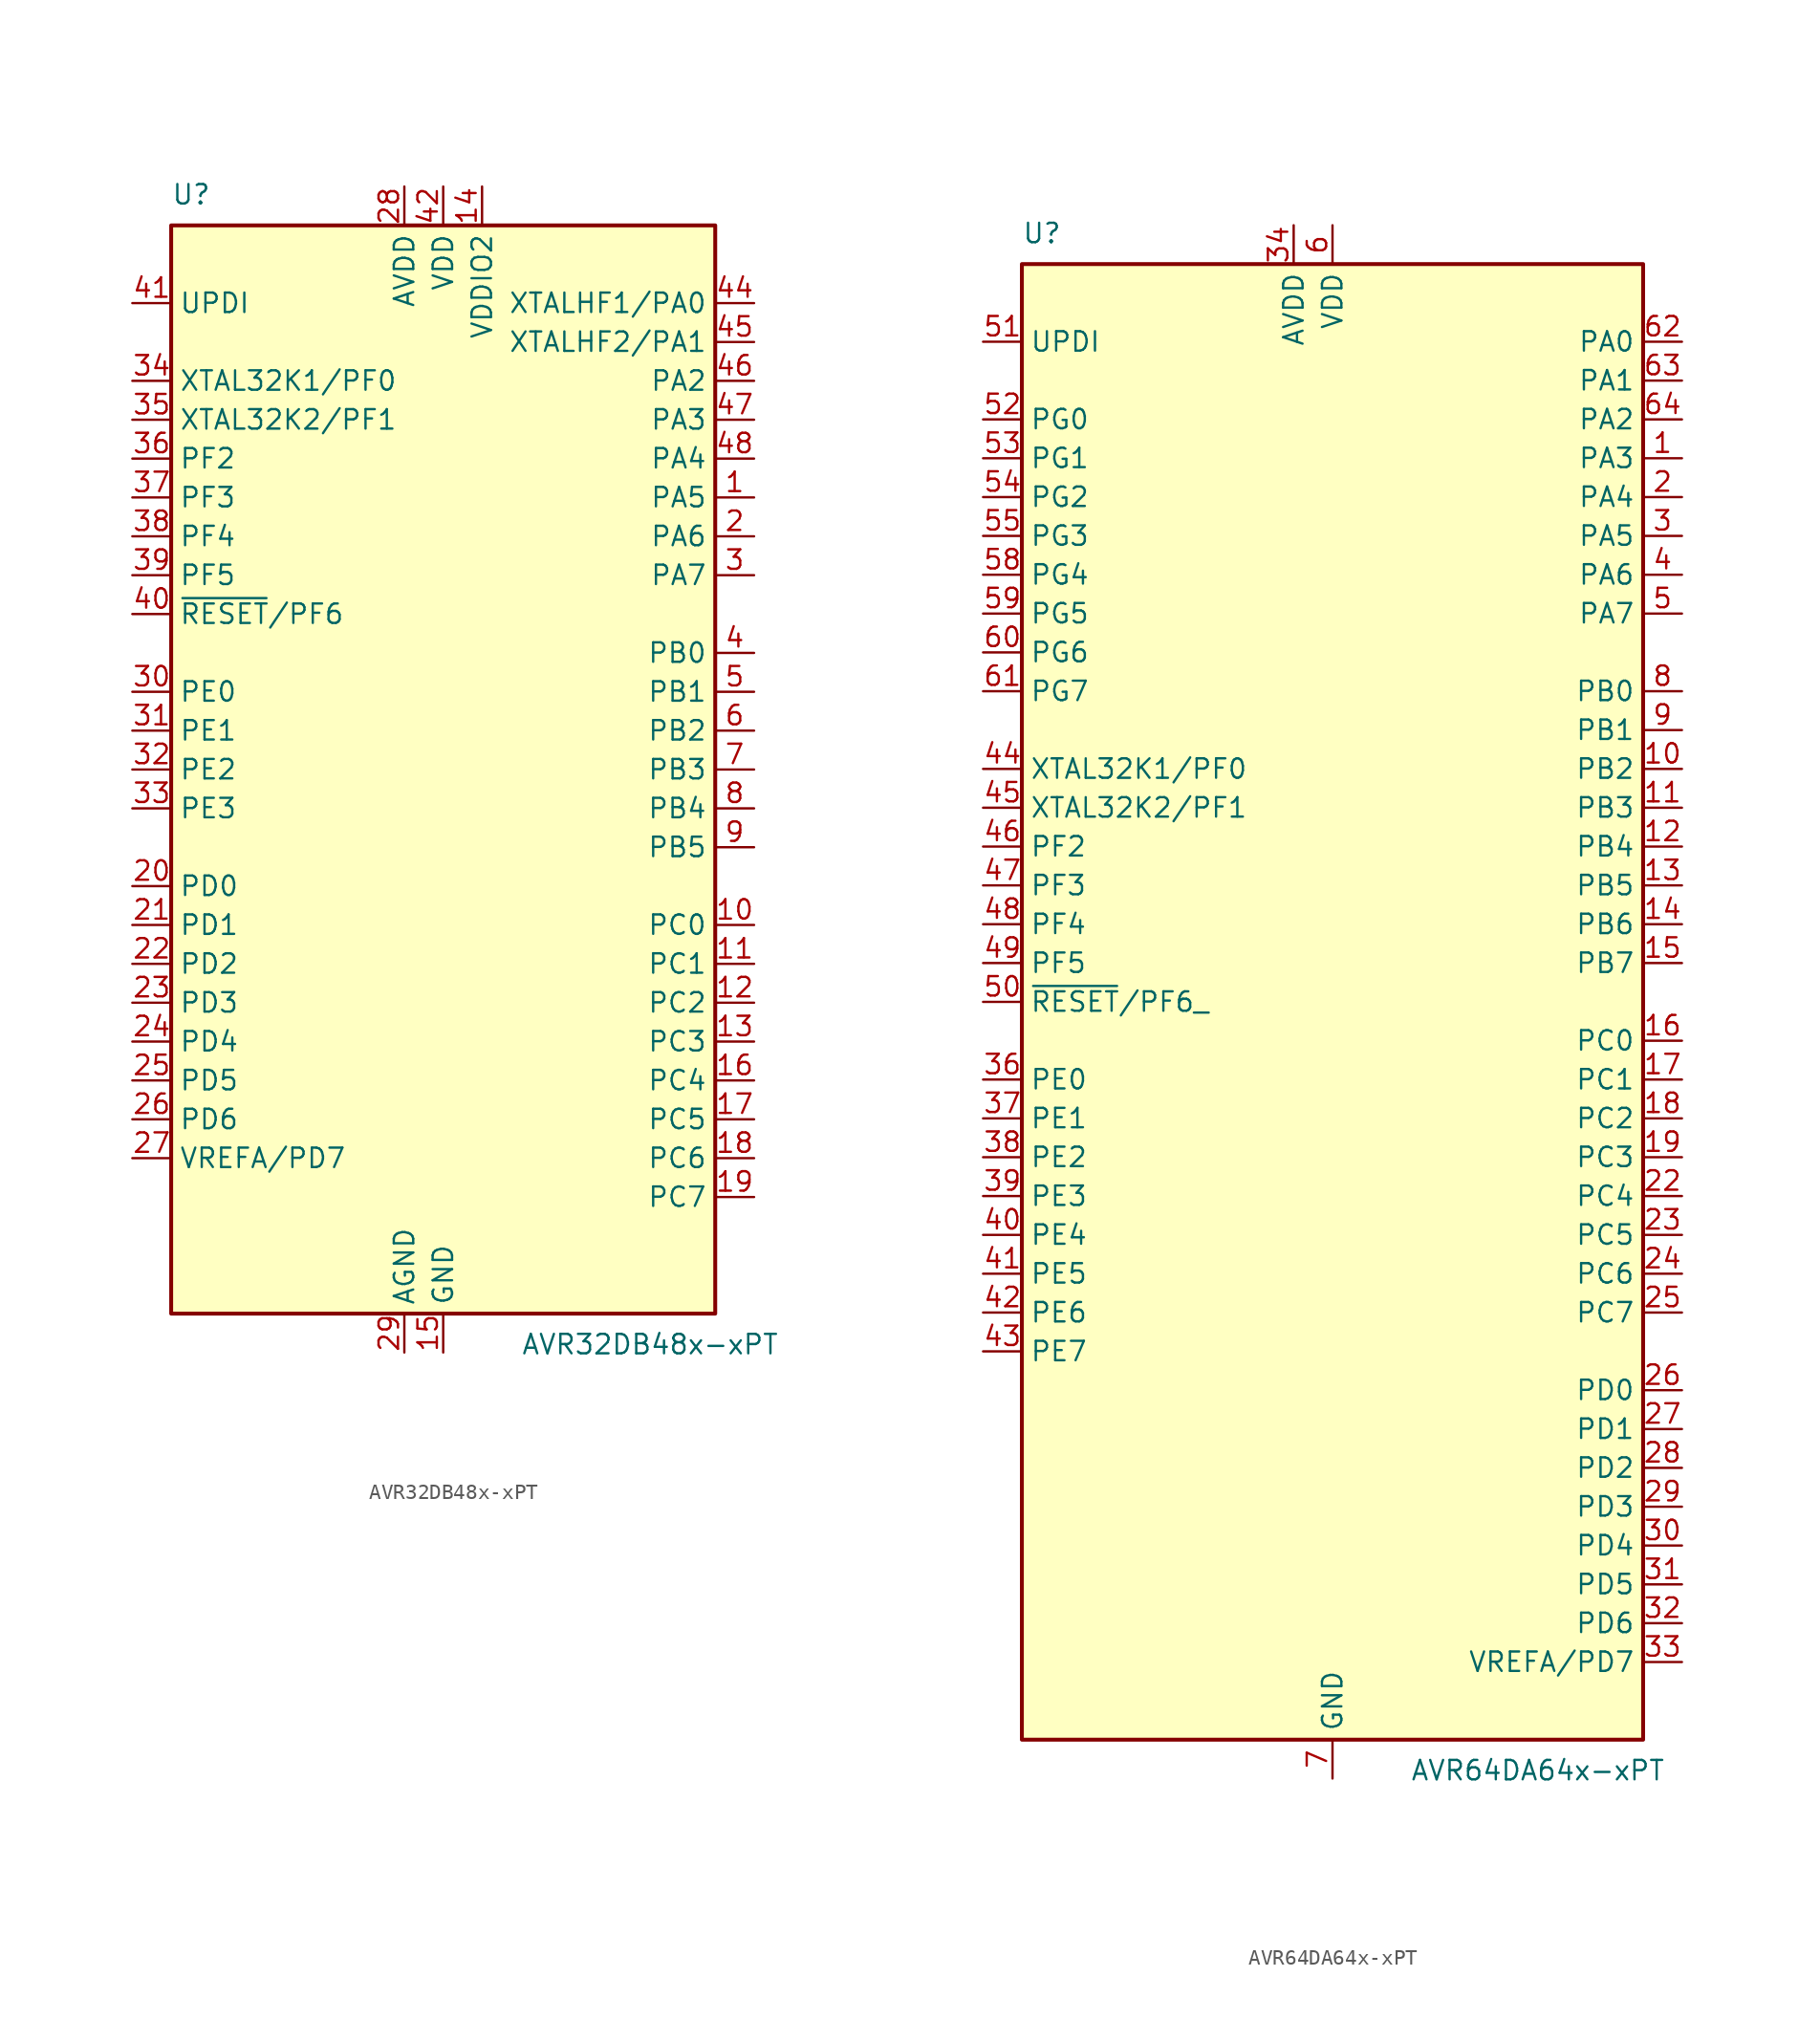
<source format=kicad_sym>
(kicad_symbol_lib
  (version 20211014)
  (generator kicad_symbol_editor)
  (symbol "AVR32DB48x-xPT"
    (property "Reference" "U"
      (at -17.78 36.83 0)
      (effects (font (size 1.27 1.27)) (justify left bottom)))
    (property "Value" "AVR32DB48x-xPT"
      (at 5.08 -36.83 0)
      (effects (font (size 1.27 1.27)) (justify left top)))
    (symbol "AVR32DB48x-xPT_0_1"
      (rectangle (start -17.78 35.56) (end 17.78 -35.56) (stroke (width 0.254) (type default) (color 0 0 0 0)) (fill (type background))))
    (symbol "AVR32DB48x-xPT_1_1"
      (pin bidirectional line (at 20.32 30.48 180) (length 2.54) (name "XTALHF1/PA0" (effects (font (size 1.27 1.27)))) (number "44" (effects (font (size 1.27 1.27)))))
      (pin bidirectional line (at 20.32 27.94 180) (length 2.54) (name "XTALHF2/PA1" (effects (font (size 1.27 1.27)))) (number "45" (effects (font (size 1.27 1.27)))))
      (pin bidirectional line (at 20.32 25.40 180) (length 2.54) (name "PA2" (effects (font (size 1.27 1.27)))) (number "46" (effects (font (size 1.27 1.27)))))
      (pin bidirectional line (at 20.32 22.86 180) (length 2.54) (name "PA3" (effects (font (size 1.27 1.27)))) (number "47" (effects (font (size 1.27 1.27)))))
      (pin bidirectional line (at 20.32 20.32 180) (length 2.54) (name "PA4" (effects (font (size 1.27 1.27)))) (number "48" (effects (font (size 1.27 1.27)))))
      (pin bidirectional line (at 20.32 17.78 180) (length 2.54) (name "PA5" (effects (font (size 1.27 1.27)))) (number "1" (effects (font (size 1.27 1.27)))))
      (pin bidirectional line (at 20.32 15.24 180) (length 2.54) (name "PA6" (effects (font (size 1.27 1.27)))) (number "2" (effects (font (size 1.27 1.27)))))
      (pin bidirectional line (at 20.32 12.70 180) (length 2.54) (name "PA7" (effects (font (size 1.27 1.27)))) (number "3" (effects (font (size 1.27 1.27)))))
      (pin bidirectional line (at 20.32 7.62 180) (length 2.54) (name "PB0" (effects (font (size 1.27 1.27)))) (number "4" (effects (font (size 1.27 1.27)))))
      (pin bidirectional line (at 20.32 5.08 180) (length 2.54) (name "PB1" (effects (font (size 1.27 1.27)))) (number "5" (effects (font (size 1.27 1.27)))))
      (pin bidirectional line (at 20.32 2.54 180) (length 2.54) (name "PB2" (effects (font (size 1.27 1.27)))) (number "6" (effects (font (size 1.27 1.27)))))
      (pin bidirectional line (at 20.32 0.00 180) (length 2.54) (name "PB3" (effects (font (size 1.27 1.27)))) (number "7" (effects (font (size 1.27 1.27)))))
      (pin bidirectional line (at 20.32 -2.54 180) (length 2.54) (name "PB4" (effects (font (size 1.27 1.27)))) (number "8" (effects (font (size 1.27 1.27)))))
      (pin bidirectional line (at 20.32 -5.08 180) (length 2.54) (name "PB5" (effects (font (size 1.27 1.27)))) (number "9" (effects (font (size 1.27 1.27)))))
      (pin bidirectional line (at 20.32 -10.16 180) (length 2.54) (name "PC0" (effects (font (size 1.27 1.27)))) (number "10" (effects (font (size 1.27 1.27)))))
      (pin bidirectional line (at 20.32 -12.70 180) (length 2.54) (name "PC1" (effects (font (size 1.27 1.27)))) (number "11" (effects (font (size 1.27 1.27)))))
      (pin bidirectional line (at 20.32 -15.24 180) (length 2.54) (name "PC2" (effects (font (size 1.27 1.27)))) (number "12" (effects (font (size 1.27 1.27)))))
      (pin bidirectional line (at 20.32 -17.78 180) (length 2.54) (name "PC3" (effects (font (size 1.27 1.27)))) (number "13" (effects (font (size 1.27 1.27)))))
      (pin bidirectional line (at 20.32 -20.32 180) (length 2.54) (name "PC4" (effects (font (size 1.27 1.27)))) (number "16" (effects (font (size 1.27 1.27)))))
      (pin bidirectional line (at 20.32 -22.86 180) (length 2.54) (name "PC5" (effects (font (size 1.27 1.27)))) (number "17" (effects (font (size 1.27 1.27)))))
      (pin bidirectional line (at 20.32 -25.40 180) (length 2.54) (name "PC6" (effects (font (size 1.27 1.27)))) (number "18" (effects (font (size 1.27 1.27)))))
      (pin bidirectional line (at 20.32 -27.94 180) (length 2.54) (name "PC7" (effects (font (size 1.27 1.27)))) (number "19" (effects (font (size 1.27 1.27)))))
      (pin input line (at -20.32 30.48 0) (length 2.54) (name "UPDI" (effects (font (size 1.27 1.27)))) (number "41" (effects (font (size 1.27 1.27)))))
      (pin bidirectional line (at -20.32 25.40 0) (length 2.54) (name "XTAL32K1/PF0" (effects (font (size 1.27 1.27)))) (number "34" (effects (font (size 1.27 1.27)))))
      (pin bidirectional line (at -20.32 22.86 0) (length 2.54) (name "XTAL32K2/PF1" (effects (font (size 1.27 1.27)))) (number "35" (effects (font (size 1.27 1.27)))))
      (pin bidirectional line (at -20.32 20.32 0) (length 2.54) (name "PF2" (effects (font (size 1.27 1.27)))) (number "36" (effects (font (size 1.27 1.27)))))
      (pin bidirectional line (at -20.32 17.78 0) (length 2.54) (name "PF3" (effects (font (size 1.27 1.27)))) (number "37" (effects (font (size 1.27 1.27)))))
      (pin bidirectional line (at -20.32 15.24 0) (length 2.54) (name "PF4" (effects (font (size 1.27 1.27)))) (number "38" (effects (font (size 1.27 1.27)))))
      (pin bidirectional line (at -20.32 12.70 0) (length 2.54) (name "PF5" (effects (font (size 1.27 1.27)))) (number "39" (effects (font (size 1.27 1.27)))))
      (pin bidirectional line (at -20.32 10.16 0) (length 2.54) (name "~{RESET}/PF6" (effects (font (size 1.27 1.27)))) (number "40" (effects (font (size 1.27 1.27)))))
      (pin bidirectional line (at -20.32 5.08 0) (length 2.54) (name "PE0" (effects (font (size 1.27 1.27)))) (number "30" (effects (font (size 1.27 1.27)))))
      (pin bidirectional line (at -20.32 2.54 0) (length 2.54) (name "PE1" (effects (font (size 1.27 1.27)))) (number "31" (effects (font (size 1.27 1.27)))))
      (pin bidirectional line (at -20.32 0.00 0) (length 2.54) (name "PE2" (effects (font (size 1.27 1.27)))) (number "32" (effects (font (size 1.27 1.27)))))
      (pin bidirectional line (at -20.32 -2.54 0) (length 2.54) (name "PE3" (effects (font (size 1.27 1.27)))) (number "33" (effects (font (size 1.27 1.27)))))
      (pin bidirectional line (at -20.32 -7.62 0) (length 2.54) (name "PD0" (effects (font (size 1.27 1.27)))) (number "20" (effects (font (size 1.27 1.27)))))
      (pin bidirectional line (at -20.32 -10.16 0) (length 2.54) (name "PD1" (effects (font (size 1.27 1.27)))) (number "21" (effects (font (size 1.27 1.27)))))
      (pin bidirectional line (at -20.32 -12.70 0) (length 2.54) (name "PD2" (effects (font (size 1.27 1.27)))) (number "22" (effects (font (size 1.27 1.27)))))
      (pin bidirectional line (at -20.32 -15.24 0) (length 2.54) (name "PD3" (effects (font (size 1.27 1.27)))) (number "23" (effects (font (size 1.27 1.27)))))
      (pin bidirectional line (at -20.32 -17.78 0) (length 2.54) (name "PD4" (effects (font (size 1.27 1.27)))) (number "24" (effects (font (size 1.27 1.27)))))
      (pin bidirectional line (at -20.32 -20.32 0) (length 2.54) (name "PD5" (effects (font (size 1.27 1.27)))) (number "25" (effects (font (size 1.27 1.27)))))
      (pin bidirectional line (at -20.32 -22.86 0) (length 2.54) (name "PD6" (effects (font (size 1.27 1.27)))) (number "26" (effects (font (size 1.27 1.27)))))
      (pin bidirectional line (at -20.32 -25.40 0) (length 2.54) (name "VREFA/PD7" (effects (font (size 1.27 1.27)))) (number "27" (effects (font (size 1.27 1.27)))))
      (pin power_in line (at -2.54 38.10 270) (length 2.54) (name "AVDD" (effects (font (size 1.27 1.27)))) (number "28" (effects (font (size 1.27 1.27)))))
      (pin power_in line (at 0.00 38.10 270) (length 2.54) (name "VDD" (effects (font (size 1.27 1.27)))) (number "42" (effects (font (size 1.27 1.27)))))
      (pin power_in line (at 2.54 38.10 270) (length 2.54) (name "VDDIO2" (effects (font (size 1.27 1.27)))) (number "14" (effects (font (size 1.27 1.27)))))
      (pin power_in line (at -2.54 -38.10 90) (length 2.54) (name "AGND" (effects (font (size 1.27 1.27)))) (number "29" (effects (font (size 1.27 1.27)))))
      (pin power_in line (at 0.00 -38.10 90) (length 2.54) (name "GND" (effects (font (size 1.27 1.27)))) (number "15" (effects (font (size 1.27 1.27)))))
      (pin passive line (at 0.00 -38.10 90) (length 2.54) hide (name "GND" (effects (font (size 1.27 1.27)))) (number "43" (effects (font (size 1.27 1.27)))))))
  (symbol "AVR64DA64x-xPT"
    (property "Reference" "U"
      (at -20.32 49.53 0)
      (effects (font (size 1.27 1.27)) (justify left bottom)))
    (property "Value" "AVR64DA64x-xPT"
      (at 5.08 -49.53 0)
      (effects (font (size 1.27 1.27)) (justify left top)))
    (symbol "AVR64DA64x-xPT_0_1"
      (rectangle (start -20.32 48.26) (end 20.32 -48.26) (stroke (width 0.254) (type default) (color 0 0 0 0)) (fill (type background))))
    (symbol "AVR64DA64x-xPT_1_1"
      (pin bidirectional line (at 22.86 43.18 180) (length 2.54) (name "PA0" (effects (font (size 1.27 1.27)))) (number "62" (effects (font (size 1.27 1.27)))))
      (pin bidirectional line (at 22.86 40.64 180) (length 2.54) (name "PA1" (effects (font (size 1.27 1.27)))) (number "63" (effects (font (size 1.27 1.27)))))
      (pin bidirectional line (at 22.86 38.10 180) (length 2.54) (name "PA2" (effects (font (size 1.27 1.27)))) (number "64" (effects (font (size 1.27 1.27)))))
      (pin bidirectional line (at 22.86 35.56 180) (length 2.54) (name "PA3" (effects (font (size 1.27 1.27)))) (number "1" (effects (font (size 1.27 1.27)))))
      (pin bidirectional line (at 22.86 33.02 180) (length 2.54) (name "PA4" (effects (font (size 1.27 1.27)))) (number "2" (effects (font (size 1.27 1.27)))))
      (pin bidirectional line (at 22.86 30.48 180) (length 2.54) (name "PA5" (effects (font (size 1.27 1.27)))) (number "3" (effects (font (size 1.27 1.27)))))
      (pin bidirectional line (at 22.86 27.94 180) (length 2.54) (name "PA6" (effects (font (size 1.27 1.27)))) (number "4" (effects (font (size 1.27 1.27)))))
      (pin bidirectional line (at 22.86 25.40 180) (length 2.54) (name "PA7" (effects (font (size 1.27 1.27)))) (number "5" (effects (font (size 1.27 1.27)))))
      (pin bidirectional line (at 22.86 20.32 180) (length 2.54) (name "PB0" (effects (font (size 1.27 1.27)))) (number "8" (effects (font (size 1.27 1.27)))))
      (pin bidirectional line (at 22.86 17.78 180) (length 2.54) (name "PB1" (effects (font (size 1.27 1.27)))) (number "9" (effects (font (size 1.27 1.27)))))
      (pin bidirectional line (at 22.86 15.24 180) (length 2.54) (name "PB2" (effects (font (size 1.27 1.27)))) (number "10" (effects (font (size 1.27 1.27)))))
      (pin bidirectional line (at 22.86 12.70 180) (length 2.54) (name "PB3" (effects (font (size 1.27 1.27)))) (number "11" (effects (font (size 1.27 1.27)))))
      (pin bidirectional line (at 22.86 10.16 180) (length 2.54) (name "PB4" (effects (font (size 1.27 1.27)))) (number "12" (effects (font (size 1.27 1.27)))))
      (pin bidirectional line (at 22.86 7.62 180) (length 2.54) (name "PB5" (effects (font (size 1.27 1.27)))) (number "13" (effects (font (size 1.27 1.27)))))
      (pin bidirectional line (at 22.86 5.08 180) (length 2.54) (name "PB6" (effects (font (size 1.27 1.27)))) (number "14" (effects (font (size 1.27 1.27)))))
      (pin bidirectional line (at 22.86 2.54 180) (length 2.54) (name "PB7" (effects (font (size 1.27 1.27)))) (number "15" (effects (font (size 1.27 1.27)))))
      (pin bidirectional line (at 22.86 -2.54 180) (length 2.54) (name "PC0" (effects (font (size 1.27 1.27)))) (number "16" (effects (font (size 1.27 1.27)))))
      (pin bidirectional line (at 22.86 -5.08 180) (length 2.54) (name "PC1" (effects (font (size 1.27 1.27)))) (number "17" (effects (font (size 1.27 1.27)))))
      (pin bidirectional line (at 22.86 -7.62 180) (length 2.54) (name "PC2" (effects (font (size 1.27 1.27)))) (number "18" (effects (font (size 1.27 1.27)))))
      (pin bidirectional line (at 22.86 -10.16 180) (length 2.54) (name "PC3" (effects (font (size 1.27 1.27)))) (number "19" (effects (font (size 1.27 1.27)))))
      (pin bidirectional line (at 22.86 -12.70 180) (length 2.54) (name "PC4" (effects (font (size 1.27 1.27)))) (number "22" (effects (font (size 1.27 1.27)))))
      (pin bidirectional line (at 22.86 -15.24 180) (length 2.54) (name "PC5" (effects (font (size 1.27 1.27)))) (number "23" (effects (font (size 1.27 1.27)))))
      (pin bidirectional line (at 22.86 -17.78 180) (length 2.54) (name "PC6" (effects (font (size 1.27 1.27)))) (number "24" (effects (font (size 1.27 1.27)))))
      (pin bidirectional line (at 22.86 -20.32 180) (length 2.54) (name "PC7" (effects (font (size 1.27 1.27)))) (number "25" (effects (font (size 1.27 1.27)))))
      (pin bidirectional line (at 22.86 -25.40 180) (length 2.54) (name "PD0" (effects (font (size 1.27 1.27)))) (number "26" (effects (font (size 1.27 1.27)))))
      (pin bidirectional line (at 22.86 -27.94 180) (length 2.54) (name "PD1" (effects (font (size 1.27 1.27)))) (number "27" (effects (font (size 1.27 1.27)))))
      (pin bidirectional line (at 22.86 -30.48 180) (length 2.54) (name "PD2" (effects (font (size 1.27 1.27)))) (number "28" (effects (font (size 1.27 1.27)))))
      (pin bidirectional line (at 22.86 -33.02 180) (length 2.54) (name "PD3" (effects (font (size 1.27 1.27)))) (number "29" (effects (font (size 1.27 1.27)))))
      (pin bidirectional line (at 22.86 -35.56 180) (length 2.54) (name "PD4" (effects (font (size 1.27 1.27)))) (number "30" (effects (font (size 1.27 1.27)))))
      (pin bidirectional line (at 22.86 -38.10 180) (length 2.54) (name "PD5" (effects (font (size 1.27 1.27)))) (number "31" (effects (font (size 1.27 1.27)))))
      (pin bidirectional line (at 22.86 -40.64 180) (length 2.54) (name "PD6" (effects (font (size 1.27 1.27)))) (number "32" (effects (font (size 1.27 1.27)))))
      (pin bidirectional line (at 22.86 -43.18 180) (length 2.54) (name "VREFA/PD7" (effects (font (size 1.27 1.27)))) (number "33" (effects (font (size 1.27 1.27)))))
      (pin input line (at -22.86 43.18 0) (length 2.54) (name "UPDI" (effects (font (size 1.27 1.27)))) (number "51" (effects (font (size 1.27 1.27)))))
      (pin bidirectional line (at -22.86 38.10 0) (length 2.54) (name "PG0" (effects (font (size 1.27 1.27)))) (number "52" (effects (font (size 1.27 1.27)))))
      (pin bidirectional line (at -22.86 35.56 0) (length 2.54) (name "PG1" (effects (font (size 1.27 1.27)))) (number "53" (effects (font (size 1.27 1.27)))))
      (pin bidirectional line (at -22.86 33.02 0) (length 2.54) (name "PG2" (effects (font (size 1.27 1.27)))) (number "54" (effects (font (size 1.27 1.27)))))
      (pin bidirectional line (at -22.86 30.48 0) (length 2.54) (name "PG3" (effects (font (size 1.27 1.27)))) (number "55" (effects (font (size 1.27 1.27)))))
      (pin bidirectional line (at -22.86 27.94 0) (length 2.54) (name "PG4" (effects (font (size 1.27 1.27)))) (number "58" (effects (font (size 1.27 1.27)))))
      (pin bidirectional line (at -22.86 25.40 0) (length 2.54) (name "PG5" (effects (font (size 1.27 1.27)))) (number "59" (effects (font (size 1.27 1.27)))))
      (pin bidirectional line (at -22.86 22.86 0) (length 2.54) (name "PG6" (effects (font (size 1.27 1.27)))) (number "60" (effects (font (size 1.27 1.27)))))
      (pin bidirectional line (at -22.86 20.32 0) (length 2.54) (name "PG7" (effects (font (size 1.27 1.27)))) (number "61" (effects (font (size 1.27 1.27)))))
      (pin bidirectional line (at -22.86 15.24 0) (length 2.54) (name "XTAL32K1/PF0" (effects (font (size 1.27 1.27)))) (number "44" (effects (font (size 1.27 1.27)))))
      (pin bidirectional line (at -22.86 12.70 0) (length 2.54) (name "XTAL32K2/PF1" (effects (font (size 1.27 1.27)))) (number "45" (effects (font (size 1.27 1.27)))))
      (pin bidirectional line (at -22.86 10.16 0) (length 2.54) (name "PF2" (effects (font (size 1.27 1.27)))) (number "46" (effects (font (size 1.27 1.27)))))
      (pin bidirectional line (at -22.86 7.62 0) (length 2.54) (name "PF3" (effects (font (size 1.27 1.27)))) (number "47" (effects (font (size 1.27 1.27)))))
      (pin bidirectional line (at -22.86 5.08 0) (length 2.54) (name "PF4" (effects (font (size 1.27 1.27)))) (number "48" (effects (font (size 1.27 1.27)))))
      (pin bidirectional line (at -22.86 2.54 0) (length 2.54) (name "PF5" (effects (font (size 1.27 1.27)))) (number "49" (effects (font (size 1.27 1.27)))))
      (pin bidirectional line (at -22.86 0.00 0) (length 2.54) (name "~{RESET}/PF6 " (effects (font (size 1.27 1.27)))) (number "50" (effects (font (size 1.27 1.27)))))
      (pin bidirectional line (at -22.86 -5.08 0) (length 2.54) (name "PE0" (effects (font (size 1.27 1.27)))) (number "36" (effects (font (size 1.27 1.27)))))
      (pin bidirectional line (at -22.86 -7.62 0) (length 2.54) (name "PE1" (effects (font (size 1.27 1.27)))) (number "37" (effects (font (size 1.27 1.27)))))
      (pin bidirectional line (at -22.86 -10.16 0) (length 2.54) (name "PE2" (effects (font (size 1.27 1.27)))) (number "38" (effects (font (size 1.27 1.27)))))
      (pin bidirectional line (at -22.86 -12.70 0) (length 2.54) (name "PE3" (effects (font (size 1.27 1.27)))) (number "39" (effects (font (size 1.27 1.27)))))
      (pin bidirectional line (at -22.86 -15.24 0) (length 2.54) (name "PE4" (effects (font (size 1.27 1.27)))) (number "40" (effects (font (size 1.27 1.27)))))
      (pin bidirectional line (at -22.86 -17.78 0) (length 2.54) (name "PE5" (effects (font (size 1.27 1.27)))) (number "41" (effects (font (size 1.27 1.27)))))
      (pin bidirectional line (at -22.86 -20.32 0) (length 2.54) (name "PE6" (effects (font (size 1.27 1.27)))) (number "42" (effects (font (size 1.27 1.27)))))
      (pin bidirectional line (at -22.86 -22.86 0) (length 2.54) (name "PE7" (effects (font (size 1.27 1.27)))) (number "43" (effects (font (size 1.27 1.27)))))
      (pin power_in line (at -2.54 50.80 270) (length 2.54) (name "AVDD" (effects (font (size 1.27 1.27)))) (number "34" (effects (font (size 1.27 1.27)))))
      (pin power_in line (at 0.00 50.80 270) (length 2.54) (name "VDD" (effects (font (size 1.27 1.27)))) (number "6" (effects (font (size 1.27 1.27)))))
      (pin passive line (at 0.00 50.80 270) (length 2.54) hide (name "VDD" (effects (font (size 1.27 1.27)))) (number "20" (effects (font (size 1.27 1.27)))))
      (pin passive line (at 0.00 50.80 270) (length 2.54) hide (name "VDD" (effects (font (size 1.27 1.27)))) (number "56" (effects (font (size 1.27 1.27)))))
      (pin power_in line (at 0.00 -50.80 90) (length 2.54) (name "GND" (effects (font (size 1.27 1.27)))) (number "7" (effects (font (size 1.27 1.27)))))
      (pin passive line (at 0.00 -50.80 90) (length 2.54) hide (name "GND" (effects (font (size 1.27 1.27)))) (number "21" (effects (font (size 1.27 1.27)))))
      (pin passive line (at 0.00 -50.80 90) (length 2.54) hide (name "GND" (effects (font (size 1.27 1.27)))) (number "35" (effects (font (size 1.27 1.27)))))
      (pin passive line (at 0.00 -50.80 90) (length 2.54) hide (name "GND" (effects (font (size 1.27 1.27)))) (number "57" (effects (font (size 1.27 1.27))))))))
</source>
